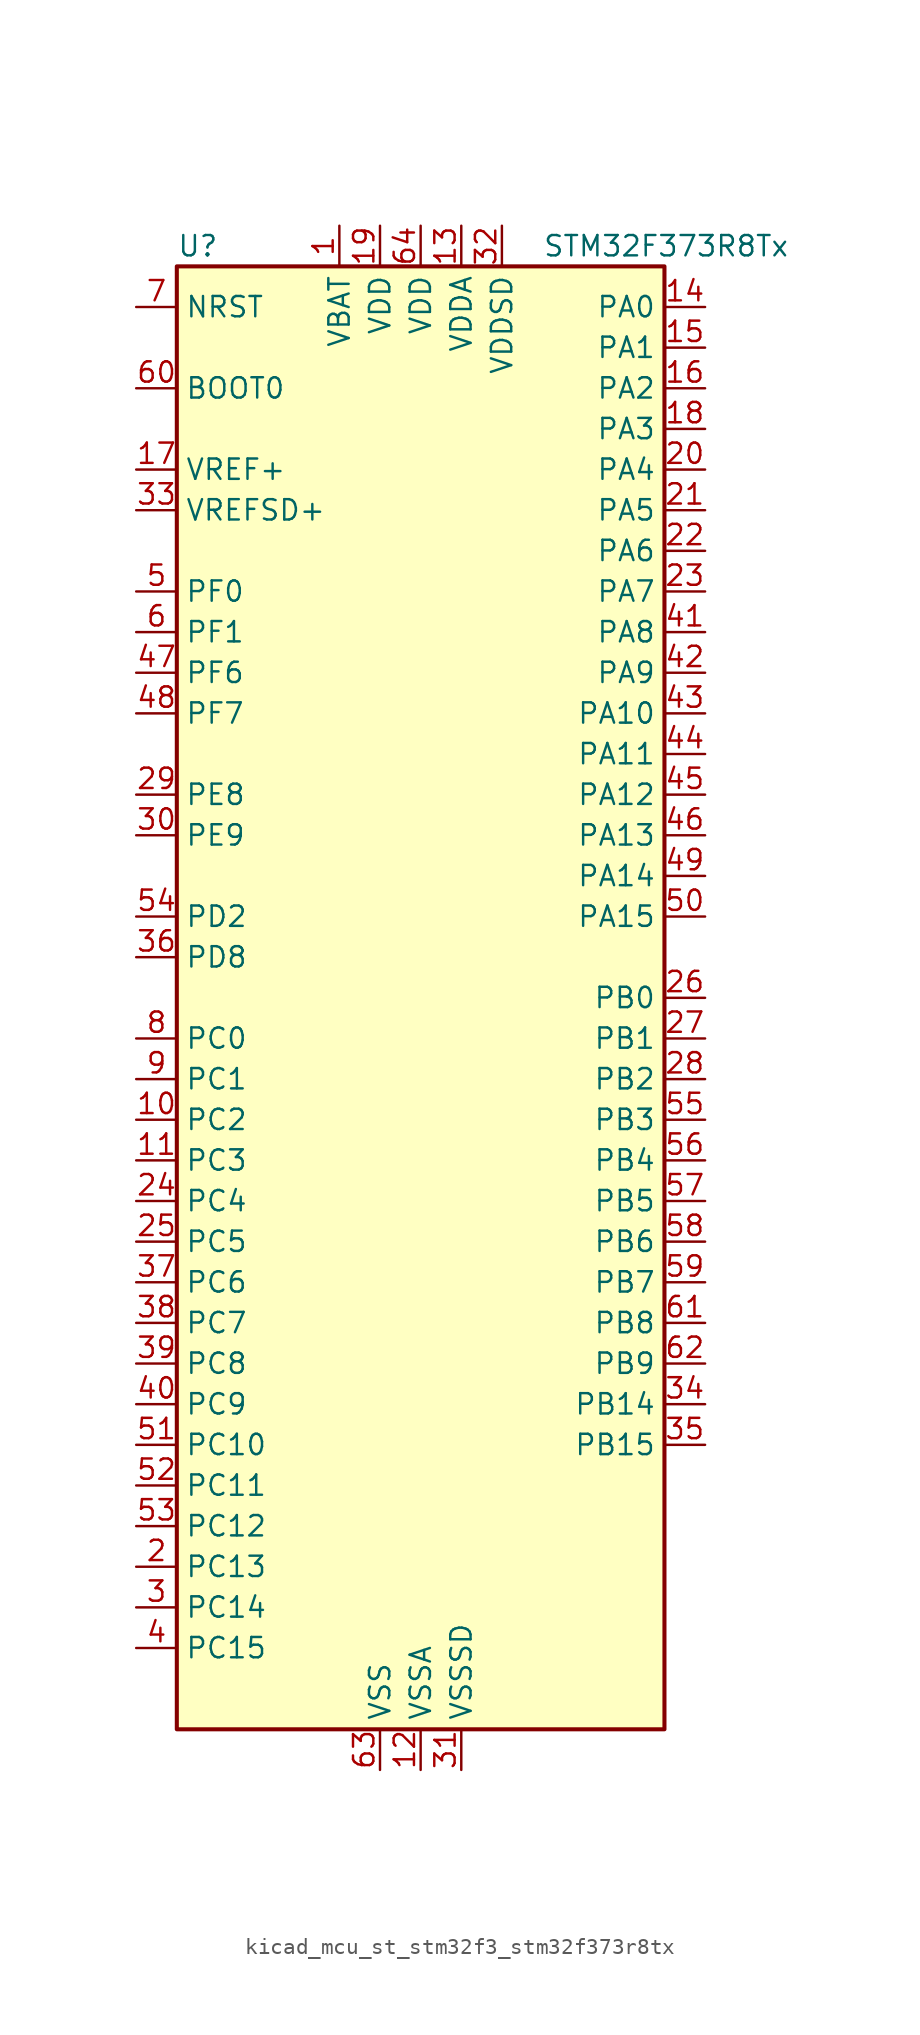
<source format=kicad_sym>
(kicad_symbol_lib
  (version 20220914)
  (generator kicad_symbol_editor)
  (symbol "kicad_mcu_st_stm32f3_stm32f373r8tx"
    (property "Reference" "U"
      (at -15.24 46.99 0)
      (effects (font (size 1.27 1.27)) (justify left)))
    (property "Value" "STM32F373R8Tx"
      (at 7.62 46.99 0)
      (effects (font (size 1.27 1.27)) (justify left)))
    (property "ki_locked" ""
      (at 0 0 0)
      (effects (font (size 1.27 1.27))))
    (symbol "kicad_mcu_st_stm32f3_stm32f373r8tx_0_1"
      (rectangle (start -15.24 -45.72) (end 15.24 45.72) (stroke (width 0.254) (type default)) (fill (type background))))
    (symbol "kicad_mcu_st_stm32f3_stm32f373r8tx_1_1"
      (pin power_in line (at -5.08 48.26 270) (length 2.54) (name "VBAT" (effects (font (size 1.27 1.27)))) (number "1" (effects (font (size 1.27 1.27)))))
      (pin bidirectional line (at -17.78 -7.62 0) (length 2.54) (name "PC2" (effects (font (size 1.27 1.27)))) (number "10" (effects (font (size 1.27 1.27)))) (alternate "ADC1_IN12" bidirectional line) (alternate "I2S2_MCK" bidirectional line) (alternate "SPI2_MISO" bidirectional line) (alternate "TIM5_CH3" bidirectional line))
      (pin bidirectional line (at -17.78 -10.16 0) (length 2.54) (name "PC3" (effects (font (size 1.27 1.27)))) (number "11" (effects (font (size 1.27 1.27)))) (alternate "ADC1_IN13" bidirectional line) (alternate "I2S2_SD" bidirectional line) (alternate "SPI2_MOSI" bidirectional line) (alternate "TIM5_CH4" bidirectional line))
      (pin power_in line (at 0 -48.26 90) (length 2.54) (name "VSSA" (effects (font (size 1.27 1.27)))) (number "12" (effects (font (size 1.27 1.27)))))
      (pin power_in line (at 2.54 48.26 270) (length 2.54) (name "VDDA" (effects (font (size 1.27 1.27)))) (number "13" (effects (font (size 1.27 1.27)))))
      (pin bidirectional line (at 17.78 43.18 180) (length 2.54) (name "PA0" (effects (font (size 1.27 1.27)))) (number "14" (effects (font (size 1.27 1.27)))) (alternate "ADC1_IN0" bidirectional line) (alternate "COMP1_INM" bidirectional line) (alternate "COMP1_OUT" bidirectional line) (alternate "RTC_TAMP2" bidirectional line) (alternate "SYS_WKUP1" bidirectional line) (alternate "TIM19_CH1" bidirectional line) (alternate "TIM2_CH1" bidirectional line) (alternate "TIM2_ETR" bidirectional line) (alternate "TIM5_CH1" bidirectional line) (alternate "TIM5_ETR" bidirectional line) (alternate "TSC_G1_IO1" bidirectional line) (alternate "USART2_CTS" bidirectional line))
      (pin bidirectional line (at 17.78 40.64 180) (length 2.54) (name "PA1" (effects (font (size 1.27 1.27)))) (number "15" (effects (font (size 1.27 1.27)))) (alternate "ADC1_IN1" bidirectional line) (alternate "COMP1_INP" bidirectional line) (alternate "I2S3_CK" bidirectional line) (alternate "RTC_REFIN" bidirectional line) (alternate "SPI3_SCK" bidirectional line) (alternate "TIM15_CH1N" bidirectional line) (alternate "TIM19_CH2" bidirectional line) (alternate "TIM2_CH2" bidirectional line) (alternate "TIM5_CH2" bidirectional line) (alternate "TSC_G1_IO2" bidirectional line) (alternate "USART2_DE" bidirectional line) (alternate "USART2_RTS" bidirectional line))
      (pin bidirectional line (at 17.78 38.1 180) (length 2.54) (name "PA2" (effects (font (size 1.27 1.27)))) (number "16" (effects (font (size 1.27 1.27)))) (alternate "ADC1_IN2" bidirectional line) (alternate "COMP2_INM" bidirectional line) (alternate "COMP2_OUT" bidirectional line) (alternate "I2S3_MCK" bidirectional line) (alternate "SPI3_MISO" bidirectional line) (alternate "TIM15_CH1" bidirectional line) (alternate "TIM19_CH3" bidirectional line) (alternate "TIM2_CH3" bidirectional line) (alternate "TIM5_CH3" bidirectional line) (alternate "TSC_G1_IO3" bidirectional line) (alternate "USART2_TX" bidirectional line))
      (pin input line (at -17.78 33.02 0) (length 2.54) (name "VREF+" (effects (font (size 1.27 1.27)))) (number "17" (effects (font (size 1.27 1.27)))))
      (pin bidirectional line (at 17.78 35.56 180) (length 2.54) (name "PA3" (effects (font (size 1.27 1.27)))) (number "18" (effects (font (size 1.27 1.27)))) (alternate "ADC1_IN3" bidirectional line) (alternate "COMP2_INP" bidirectional line) (alternate "I2S3_SD" bidirectional line) (alternate "SPI3_MOSI" bidirectional line) (alternate "TIM15_CH2" bidirectional line) (alternate "TIM19_CH4" bidirectional line) (alternate "TIM2_CH4" bidirectional line) (alternate "TIM5_CH4" bidirectional line) (alternate "TSC_G1_IO4" bidirectional line) (alternate "USART2_RX" bidirectional line))
      (pin power_in line (at -2.54 48.26 270) (length 2.54) (name "VDD" (effects (font (size 1.27 1.27)))) (number "19" (effects (font (size 1.27 1.27)))))
      (pin bidirectional line (at -17.78 -35.56 0) (length 2.54) (name "PC13" (effects (font (size 1.27 1.27)))) (number "2" (effects (font (size 1.27 1.27)))) (alternate "RTC_OUT_ALARM" bidirectional line) (alternate "RTC_OUT_CALIB" bidirectional line) (alternate "RTC_TAMP1" bidirectional line) (alternate "RTC_TS" bidirectional line) (alternate "SYS_WKUP2" bidirectional line))
      (pin bidirectional line (at 17.78 33.02 180) (length 2.54) (name "PA4" (effects (font (size 1.27 1.27)))) (number "20" (effects (font (size 1.27 1.27)))) (alternate "ADC1_IN4" bidirectional line) (alternate "DAC1_OUT1" bidirectional line) (alternate "I2S1_WS" bidirectional line) (alternate "I2S3_WS" bidirectional line) (alternate "SPI1_NSS" bidirectional line) (alternate "SPI3_NSS" bidirectional line) (alternate "TIM12_CH1" bidirectional line) (alternate "TIM3_CH2" bidirectional line) (alternate "TSC_G2_IO1" bidirectional line) (alternate "USART2_CK" bidirectional line))
      (pin bidirectional line (at 17.78 30.48 180) (length 2.54) (name "PA5" (effects (font (size 1.27 1.27)))) (number "21" (effects (font (size 1.27 1.27)))) (alternate "ADC1_IN5" bidirectional line) (alternate "CEC" bidirectional line) (alternate "DAC1_OUT2" bidirectional line) (alternate "I2S1_CK" bidirectional line) (alternate "SPI1_SCK" bidirectional line) (alternate "TIM12_CH2" bidirectional line) (alternate "TIM14_CH1" bidirectional line) (alternate "TIM2_CH1" bidirectional line) (alternate "TIM2_ETR" bidirectional line) (alternate "TSC_G2_IO2" bidirectional line))
      (pin bidirectional line (at 17.78 27.94 180) (length 2.54) (name "PA6" (effects (font (size 1.27 1.27)))) (number "22" (effects (font (size 1.27 1.27)))) (alternate "ADC1_IN6" bidirectional line) (alternate "COMP1_OUT" bidirectional line) (alternate "DAC2_OUT1" bidirectional line) (alternate "I2S1_MCK" bidirectional line) (alternate "SPI1_MISO" bidirectional line) (alternate "TIM13_CH1" bidirectional line) (alternate "TIM16_CH1" bidirectional line) (alternate "TIM3_CH1" bidirectional line) (alternate "TSC_G2_IO3" bidirectional line))
      (pin bidirectional line (at 17.78 25.4 180) (length 2.54) (name "PA7" (effects (font (size 1.27 1.27)))) (number "23" (effects (font (size 1.27 1.27)))) (alternate "ADC1_IN7" bidirectional line) (alternate "COMP2_OUT" bidirectional line) (alternate "I2S1_SD" bidirectional line) (alternate "SPI1_MOSI" bidirectional line) (alternate "TIM14_CH1" bidirectional line) (alternate "TIM17_CH1" bidirectional line) (alternate "TIM3_CH2" bidirectional line) (alternate "TSC_G2_IO4" bidirectional line))
      (pin bidirectional line (at -17.78 -12.7 0) (length 2.54) (name "PC4" (effects (font (size 1.27 1.27)))) (number "24" (effects (font (size 1.27 1.27)))) (alternate "ADC1_IN14" bidirectional line) (alternate "TIM13_CH1" bidirectional line) (alternate "TSC_G3_IO1" bidirectional line) (alternate "USART1_TX" bidirectional line))
      (pin bidirectional line (at -17.78 -15.24 0) (length 2.54) (name "PC5" (effects (font (size 1.27 1.27)))) (number "25" (effects (font (size 1.27 1.27)))) (alternate "ADC1_IN15" bidirectional line) (alternate "TSC_G3_IO2" bidirectional line) (alternate "USART1_RX" bidirectional line))
      (pin bidirectional line (at 17.78 0 180) (length 2.54) (name "PB0" (effects (font (size 1.27 1.27)))) (number "26" (effects (font (size 1.27 1.27)))) (alternate "ADC1_IN8" bidirectional line) (alternate "I2S1_SD" bidirectional line) (alternate "SDADC1_AIN6P" bidirectional line) (alternate "SPI1_MOSI" bidirectional line) (alternate "TIM3_CH2" bidirectional line) (alternate "TIM3_CH3" bidirectional line) (alternate "TSC_G3_IO3" bidirectional line))
      (pin bidirectional line (at 17.78 -2.54 180) (length 2.54) (name "PB1" (effects (font (size 1.27 1.27)))) (number "27" (effects (font (size 1.27 1.27)))) (alternate "ADC1_IN9" bidirectional line) (alternate "SDADC1_AIN5P" bidirectional line) (alternate "SDADC1_AIN6M" bidirectional line) (alternate "TIM3_CH4" bidirectional line) (alternate "TSC_G3_IO4" bidirectional line))
      (pin bidirectional line (at 17.78 -5.08 180) (length 2.54) (name "PB2" (effects (font (size 1.27 1.27)))) (number "28" (effects (font (size 1.27 1.27)))) (alternate "SDADC1_AIN4P" bidirectional line) (alternate "SDADC2_AIN6P" bidirectional line))
      (pin bidirectional line (at -17.78 12.7 0) (length 2.54) (name "PE8" (effects (font (size 1.27 1.27)))) (number "29" (effects (font (size 1.27 1.27)))) (alternate "SDADC1_AIN8P" bidirectional line) (alternate "SDADC2_AIN8P" bidirectional line))
      (pin bidirectional line (at -17.78 -38.1 0) (length 2.54) (name "PC14" (effects (font (size 1.27 1.27)))) (number "3" (effects (font (size 1.27 1.27)))) (alternate "RCC_OSC32_IN" bidirectional line))
      (pin bidirectional line (at -17.78 10.16 0) (length 2.54) (name "PE9" (effects (font (size 1.27 1.27)))) (number "30" (effects (font (size 1.27 1.27)))) (alternate "DAC1_EXTI9" bidirectional line) (alternate "DAC2_EXTI9" bidirectional line) (alternate "SDADC1_AIN7P" bidirectional line) (alternate "SDADC1_AIN8M" bidirectional line) (alternate "SDADC2_AIN7P" bidirectional line) (alternate "SDADC2_AIN8M" bidirectional line))
      (pin power_in line (at 2.54 -48.26 90) (length 2.54) (name "VSSSD" (effects (font (size 1.27 1.27)))) (number "31" (effects (font (size 1.27 1.27)))))
      (pin power_in line (at 5.08 48.26 270) (length 2.54) (name "VDDSD" (effects (font (size 1.27 1.27)))) (number "32" (effects (font (size 1.27 1.27)))))
      (pin input line (at -17.78 30.48 0) (length 2.54) (name "VREFSD+" (effects (font (size 1.27 1.27)))) (number "33" (effects (font (size 1.27 1.27)))))
      (pin bidirectional line (at 17.78 -25.4 180) (length 2.54) (name "PB14" (effects (font (size 1.27 1.27)))) (number "34" (effects (font (size 1.27 1.27)))) (alternate "I2S2_MCK" bidirectional line) (alternate "SDADC3_AIN8P" bidirectional line) (alternate "SPI2_MISO" bidirectional line) (alternate "TIM12_CH1" bidirectional line) (alternate "TIM15_CH1" bidirectional line) (alternate "TSC_G6_IO1" bidirectional line) (alternate "USART3_DE" bidirectional line) (alternate "USART3_RTS" bidirectional line))
      (pin bidirectional line (at 17.78 -27.94 180) (length 2.54) (name "PB15" (effects (font (size 1.27 1.27)))) (number "35" (effects (font (size 1.27 1.27)))) (alternate "ADC1_EXTI15" bidirectional line) (alternate "I2S2_SD" bidirectional line) (alternate "RTC_REFIN" bidirectional line) (alternate "SDADC1_EXTI15" bidirectional line) (alternate "SDADC2_EXTI15" bidirectional line) (alternate "SDADC3_AIN7P" bidirectional line) (alternate "SDADC3_AIN8M" bidirectional line) (alternate "SDADC3_EXTI15" bidirectional line) (alternate "SPI2_MOSI" bidirectional line) (alternate "TIM12_CH2" bidirectional line) (alternate "TIM15_CH1N" bidirectional line) (alternate "TIM15_CH2" bidirectional line) (alternate "TSC_G6_IO2" bidirectional line))
      (pin bidirectional line (at -17.78 2.54 0) (length 2.54) (name "PD8" (effects (font (size 1.27 1.27)))) (number "36" (effects (font (size 1.27 1.27)))) (alternate "I2S2_CK" bidirectional line) (alternate "SDADC3_AIN6P" bidirectional line) (alternate "SPI2_SCK" bidirectional line) (alternate "TSC_G6_IO3" bidirectional line) (alternate "USART3_TX" bidirectional line))
      (pin bidirectional line (at -17.78 -17.78 0) (length 2.54) (name "PC6" (effects (font (size 1.27 1.27)))) (number "37" (effects (font (size 1.27 1.27)))) (alternate "I2S1_WS" bidirectional line) (alternate "SPI1_NSS" bidirectional line) (alternate "TIM3_CH1" bidirectional line))
      (pin bidirectional line (at -17.78 -20.32 0) (length 2.54) (name "PC7" (effects (font (size 1.27 1.27)))) (number "38" (effects (font (size 1.27 1.27)))) (alternate "I2S1_CK" bidirectional line) (alternate "SPI1_SCK" bidirectional line) (alternate "TIM3_CH2" bidirectional line))
      (pin bidirectional line (at -17.78 -22.86 0) (length 2.54) (name "PC8" (effects (font (size 1.27 1.27)))) (number "39" (effects (font (size 1.27 1.27)))) (alternate "I2S1_MCK" bidirectional line) (alternate "SPI1_MISO" bidirectional line) (alternate "TIM3_CH3" bidirectional line))
      (pin bidirectional line (at -17.78 -40.64 0) (length 2.54) (name "PC15" (effects (font (size 1.27 1.27)))) (number "4" (effects (font (size 1.27 1.27)))) (alternate "ADC1_EXTI15" bidirectional line) (alternate "RCC_OSC32_OUT" bidirectional line) (alternate "SDADC1_EXTI15" bidirectional line) (alternate "SDADC2_EXTI15" bidirectional line) (alternate "SDADC3_EXTI15" bidirectional line))
      (pin bidirectional line (at -17.78 -25.4 0) (length 2.54) (name "PC9" (effects (font (size 1.27 1.27)))) (number "40" (effects (font (size 1.27 1.27)))) (alternate "DAC1_EXTI9" bidirectional line) (alternate "DAC2_EXTI9" bidirectional line) (alternate "I2S1_SD" bidirectional line) (alternate "SPI1_MOSI" bidirectional line) (alternate "TIM3_CH4" bidirectional line))
      (pin bidirectional line (at 17.78 22.86 180) (length 2.54) (name "PA8" (effects (font (size 1.27 1.27)))) (number "41" (effects (font (size 1.27 1.27)))) (alternate "I2C2_SMBA" bidirectional line) (alternate "I2S2_CK" bidirectional line) (alternate "RCC_MCO" bidirectional line) (alternate "SPI2_SCK" bidirectional line) (alternate "TIM4_ETR" bidirectional line) (alternate "TIM5_CH1" bidirectional line) (alternate "TIM5_ETR" bidirectional line) (alternate "USART1_CK" bidirectional line))
      (pin bidirectional line (at 17.78 20.32 180) (length 2.54) (name "PA9" (effects (font (size 1.27 1.27)))) (number "42" (effects (font (size 1.27 1.27)))) (alternate "DAC1_EXTI9" bidirectional line) (alternate "DAC2_EXTI9" bidirectional line) (alternate "I2C2_SCL" bidirectional line) (alternate "I2S2_MCK" bidirectional line) (alternate "SPI2_MISO" bidirectional line) (alternate "TIM13_CH1" bidirectional line) (alternate "TIM15_BKIN" bidirectional line) (alternate "TIM2_CH3" bidirectional line) (alternate "TSC_G4_IO1" bidirectional line) (alternate "USART1_TX" bidirectional line))
      (pin bidirectional line (at 17.78 17.78 180) (length 2.54) (name "PA10" (effects (font (size 1.27 1.27)))) (number "43" (effects (font (size 1.27 1.27)))) (alternate "I2C2_SDA" bidirectional line) (alternate "I2S2_SD" bidirectional line) (alternate "SPI2_MOSI" bidirectional line) (alternate "TIM14_CH1" bidirectional line) (alternate "TIM17_BKIN" bidirectional line) (alternate "TIM2_CH4" bidirectional line) (alternate "TSC_G4_IO2" bidirectional line) (alternate "USART1_RX" bidirectional line))
      (pin bidirectional line (at 17.78 15.24 180) (length 2.54) (name "PA11" (effects (font (size 1.27 1.27)))) (number "44" (effects (font (size 1.27 1.27)))) (alternate "ADC1_EXTI11" bidirectional line) (alternate "CAN_RX" bidirectional line) (alternate "COMP1_OUT" bidirectional line) (alternate "I2S1_WS" bidirectional line) (alternate "I2S2_WS" bidirectional line) (alternate "SDADC1_EXTI11" bidirectional line) (alternate "SDADC2_EXTI11" bidirectional line) (alternate "SDADC3_EXTI11" bidirectional line) (alternate "SPI1_NSS" bidirectional line) (alternate "SPI2_NSS" bidirectional line) (alternate "TIM4_CH1" bidirectional line) (alternate "TIM5_CH2" bidirectional line) (alternate "USART1_CTS" bidirectional line) (alternate "USB_DM" bidirectional line))
      (pin bidirectional line (at 17.78 12.7 180) (length 2.54) (name "PA12" (effects (font (size 1.27 1.27)))) (number "45" (effects (font (size 1.27 1.27)))) (alternate "CAN_TX" bidirectional line) (alternate "COMP2_OUT" bidirectional line) (alternate "I2S1_CK" bidirectional line) (alternate "SPI1_SCK" bidirectional line) (alternate "TIM16_CH1" bidirectional line) (alternate "TIM4_CH2" bidirectional line) (alternate "TIM5_CH3" bidirectional line) (alternate "USART1_DE" bidirectional line) (alternate "USART1_RTS" bidirectional line) (alternate "USB_DP" bidirectional line))
      (pin bidirectional line (at 17.78 10.16 180) (length 2.54) (name "PA13" (effects (font (size 1.27 1.27)))) (number "46" (effects (font (size 1.27 1.27)))) (alternate "I2S1_MCK" bidirectional line) (alternate "IR_OUT" bidirectional line) (alternate "SPI1_MISO" bidirectional line) (alternate "SYS_JTMS-SWDIO" bidirectional line) (alternate "TIM16_CH1N" bidirectional line) (alternate "TIM4_CH3" bidirectional line) (alternate "TIM5_CH4" bidirectional line) (alternate "TSC_G4_IO3" bidirectional line) (alternate "USART3_CTS" bidirectional line))
      (pin bidirectional line (at -17.78 20.32 0) (length 2.54) (name "PF6" (effects (font (size 1.27 1.27)))) (number "47" (effects (font (size 1.27 1.27)))) (alternate "I2C2_SCL" bidirectional line) (alternate "I2S1_SD" bidirectional line) (alternate "SPI1_MOSI" bidirectional line) (alternate "TIM4_CH4" bidirectional line) (alternate "USART3_DE" bidirectional line) (alternate "USART3_RTS" bidirectional line))
      (pin bidirectional line (at -17.78 17.78 0) (length 2.54) (name "PF7" (effects (font (size 1.27 1.27)))) (number "48" (effects (font (size 1.27 1.27)))) (alternate "I2C2_SDA" bidirectional line) (alternate "USART2_CK" bidirectional line))
      (pin bidirectional line (at 17.78 7.62 180) (length 2.54) (name "PA14" (effects (font (size 1.27 1.27)))) (number "49" (effects (font (size 1.27 1.27)))) (alternate "I2C1_SDA" bidirectional line) (alternate "SYS_JTCK-SWCLK" bidirectional line) (alternate "TIM12_CH1" bidirectional line) (alternate "TSC_G4_IO4" bidirectional line))
      (pin bidirectional line (at -17.78 25.4 0) (length 2.54) (name "PF0" (effects (font (size 1.27 1.27)))) (number "5" (effects (font (size 1.27 1.27)))) (alternate "I2C2_SDA" bidirectional line) (alternate "RCC_OSC_IN" bidirectional line))
      (pin bidirectional line (at 17.78 5.08 180) (length 2.54) (name "PA15" (effects (font (size 1.27 1.27)))) (number "50" (effects (font (size 1.27 1.27)))) (alternate "ADC1_EXTI15" bidirectional line) (alternate "I2C1_SCL" bidirectional line) (alternate "I2S1_WS" bidirectional line) (alternate "I2S3_WS" bidirectional line) (alternate "SDADC1_EXTI15" bidirectional line) (alternate "SDADC2_EXTI15" bidirectional line) (alternate "SDADC3_EXTI15" bidirectional line) (alternate "SPI1_NSS" bidirectional line) (alternate "SPI3_NSS" bidirectional line) (alternate "SYS_JTDI" bidirectional line) (alternate "TIM12_CH2" bidirectional line) (alternate "TIM2_CH1" bidirectional line) (alternate "TIM2_ETR" bidirectional line) (alternate "TSC_SYNC" bidirectional line))
      (pin bidirectional line (at -17.78 -27.94 0) (length 2.54) (name "PC10" (effects (font (size 1.27 1.27)))) (number "51" (effects (font (size 1.27 1.27)))) (alternate "I2S3_CK" bidirectional line) (alternate "SPI3_SCK" bidirectional line) (alternate "TIM19_CH1" bidirectional line) (alternate "USART3_TX" bidirectional line))
      (pin bidirectional line (at -17.78 -30.48 0) (length 2.54) (name "PC11" (effects (font (size 1.27 1.27)))) (number "52" (effects (font (size 1.27 1.27)))) (alternate "ADC1_EXTI11" bidirectional line) (alternate "I2S3_MCK" bidirectional line) (alternate "SDADC1_EXTI11" bidirectional line) (alternate "SDADC2_EXTI11" bidirectional line) (alternate "SDADC3_EXTI11" bidirectional line) (alternate "SPI3_MISO" bidirectional line) (alternate "TIM19_CH2" bidirectional line) (alternate "USART3_RX" bidirectional line))
      (pin bidirectional line (at -17.78 -33.02 0) (length 2.54) (name "PC12" (effects (font (size 1.27 1.27)))) (number "53" (effects (font (size 1.27 1.27)))) (alternate "I2S3_SD" bidirectional line) (alternate "SPI3_MOSI" bidirectional line) (alternate "TIM19_CH3" bidirectional line) (alternate "USART3_CK" bidirectional line))
      (pin bidirectional line (at -17.78 5.08 0) (length 2.54) (name "PD2" (effects (font (size 1.27 1.27)))) (number "54" (effects (font (size 1.27 1.27)))) (alternate "TIM3_ETR" bidirectional line))
      (pin bidirectional line (at 17.78 -7.62 180) (length 2.54) (name "PB3" (effects (font (size 1.27 1.27)))) (number "55" (effects (font (size 1.27 1.27)))) (alternate "I2S1_CK" bidirectional line) (alternate "I2S3_CK" bidirectional line) (alternate "SPI1_SCK" bidirectional line) (alternate "SPI3_SCK" bidirectional line) (alternate "SYS_JTDO-TRACESWO" bidirectional line) (alternate "TIM13_CH1" bidirectional line) (alternate "TIM2_CH2" bidirectional line) (alternate "TIM3_ETR" bidirectional line) (alternate "TIM4_ETR" bidirectional line) (alternate "TSC_G5_IO1" bidirectional line) (alternate "USART2_TX" bidirectional line))
      (pin bidirectional line (at 17.78 -10.16 180) (length 2.54) (name "PB4" (effects (font (size 1.27 1.27)))) (number "56" (effects (font (size 1.27 1.27)))) (alternate "I2S1_MCK" bidirectional line) (alternate "I2S3_MCK" bidirectional line) (alternate "SPI1_MISO" bidirectional line) (alternate "SPI3_MISO" bidirectional line) (alternate "SYS_NJTRST" bidirectional line) (alternate "TIM15_CH1N" bidirectional line) (alternate "TIM16_CH1" bidirectional line) (alternate "TIM17_BKIN" bidirectional line) (alternate "TIM3_CH1" bidirectional line) (alternate "TSC_G5_IO2" bidirectional line) (alternate "USART2_RX" bidirectional line))
      (pin bidirectional line (at 17.78 -12.7 180) (length 2.54) (name "PB5" (effects (font (size 1.27 1.27)))) (number "57" (effects (font (size 1.27 1.27)))) (alternate "I2C1_SMBA" bidirectional line) (alternate "I2S1_SD" bidirectional line) (alternate "I2S3_SD" bidirectional line) (alternate "SPI1_MOSI" bidirectional line) (alternate "SPI3_MOSI" bidirectional line) (alternate "TIM16_BKIN" bidirectional line) (alternate "TIM17_CH1" bidirectional line) (alternate "TIM19_ETR" bidirectional line) (alternate "TIM3_CH2" bidirectional line) (alternate "USART2_CK" bidirectional line))
      (pin bidirectional line (at 17.78 -15.24 180) (length 2.54) (name "PB6" (effects (font (size 1.27 1.27)))) (number "58" (effects (font (size 1.27 1.27)))) (alternate "I2C1_SCL" bidirectional line) (alternate "TIM15_CH1" bidirectional line) (alternate "TIM16_CH1N" bidirectional line) (alternate "TIM19_CH1" bidirectional line) (alternate "TIM3_CH3" bidirectional line) (alternate "TIM4_CH1" bidirectional line) (alternate "TSC_G5_IO3" bidirectional line) (alternate "USART1_TX" bidirectional line))
      (pin bidirectional line (at 17.78 -17.78 180) (length 2.54) (name "PB7" (effects (font (size 1.27 1.27)))) (number "59" (effects (font (size 1.27 1.27)))) (alternate "I2C1_SDA" bidirectional line) (alternate "TIM15_CH2" bidirectional line) (alternate "TIM17_CH1N" bidirectional line) (alternate "TIM19_CH2" bidirectional line) (alternate "TIM3_CH4" bidirectional line) (alternate "TIM4_CH2" bidirectional line) (alternate "TSC_G5_IO4" bidirectional line) (alternate "USART1_RX" bidirectional line))
      (pin bidirectional line (at -17.78 22.86 0) (length 2.54) (name "PF1" (effects (font (size 1.27 1.27)))) (number "6" (effects (font (size 1.27 1.27)))) (alternate "I2C2_SCL" bidirectional line) (alternate "RCC_OSC_OUT" bidirectional line))
      (pin input line (at -17.78 38.1 0) (length 2.54) (name "BOOT0" (effects (font (size 1.27 1.27)))) (number "60" (effects (font (size 1.27 1.27)))))
      (pin bidirectional line (at 17.78 -20.32 180) (length 2.54) (name "PB8" (effects (font (size 1.27 1.27)))) (number "61" (effects (font (size 1.27 1.27)))) (alternate "CAN_RX" bidirectional line) (alternate "CEC" bidirectional line) (alternate "COMP1_OUT" bidirectional line) (alternate "I2C1_SCL" bidirectional line) (alternate "I2S2_CK" bidirectional line) (alternate "SPI2_SCK" bidirectional line) (alternate "TIM16_CH1" bidirectional line) (alternate "TIM19_CH3" bidirectional line) (alternate "TIM4_CH3" bidirectional line) (alternate "TSC_SYNC" bidirectional line) (alternate "USART3_TX" bidirectional line))
      (pin bidirectional line (at 17.78 -22.86 180) (length 2.54) (name "PB9" (effects (font (size 1.27 1.27)))) (number "62" (effects (font (size 1.27 1.27)))) (alternate "CAN_TX" bidirectional line) (alternate "COMP2_OUT" bidirectional line) (alternate "DAC1_EXTI9" bidirectional line) (alternate "DAC2_EXTI9" bidirectional line) (alternate "I2C1_SDA" bidirectional line) (alternate "I2S2_WS" bidirectional line) (alternate "IR_OUT" bidirectional line) (alternate "SPI2_NSS" bidirectional line) (alternate "TIM17_CH1" bidirectional line) (alternate "TIM19_CH4" bidirectional line) (alternate "TIM4_CH4" bidirectional line) (alternate "USART3_RX" bidirectional line))
      (pin power_in line (at -2.54 -48.26 90) (length 2.54) (name "VSS" (effects (font (size 1.27 1.27)))) (number "63" (effects (font (size 1.27 1.27)))))
      (pin power_in line (at 0 48.26 270) (length 2.54) (name "VDD" (effects (font (size 1.27 1.27)))) (number "64" (effects (font (size 1.27 1.27)))))
      (pin input line (at -17.78 43.18 0) (length 2.54) (name "NRST" (effects (font (size 1.27 1.27)))) (number "7" (effects (font (size 1.27 1.27)))))
      (pin bidirectional line (at -17.78 -2.54 0) (length 2.54) (name "PC0" (effects (font (size 1.27 1.27)))) (number "8" (effects (font (size 1.27 1.27)))) (alternate "ADC1_IN10" bidirectional line) (alternate "TIM5_CH1" bidirectional line) (alternate "TIM5_ETR" bidirectional line))
      (pin bidirectional line (at -17.78 -5.08 0) (length 2.54) (name "PC1" (effects (font (size 1.27 1.27)))) (number "9" (effects (font (size 1.27 1.27)))) (alternate "ADC1_IN11" bidirectional line) (alternate "TIM5_CH2" bidirectional line)))))
</source>
